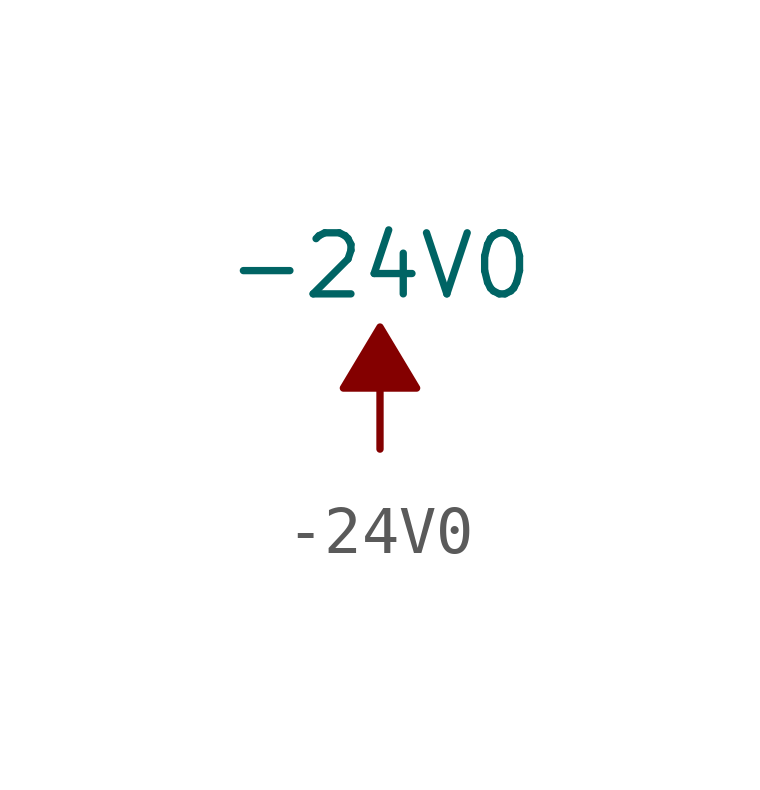
<source format=kicad_sym>
(kicad_symbol_lib
  (version 20211014)
  (generator kicad_symbol_editor)
  (symbol "-24V0"
    (power)
    (pin_names
      (offset 0))
    (property "Reference" "#PWR"
      (at 0 2.54 0)
      (effects (font (size 1.27 1.27)) hide))
    (property "Value" "-24V0"
      (at 0 3.81 0)
      (effects (font (size 1.27 1.27))))
    (symbol "-24V0_0_0"
      (pin power_in line (at 0 0 90) (length 0) hide (name "-24V" (effects (font (size 1.27 1.27)))) (number "1" (effects (font (size 1.27 1.27))))))
    (symbol "-24V0_0_1"
      (polyline (pts (xy 0 0) (xy 0 1.27) (xy 0.762 1.27) (xy 0 2.54) (xy -0.762 1.27) (xy 0 1.27)) (stroke (width 0) (type default) (color 0 0 0 0)) (fill (type outline))))))
</source>
